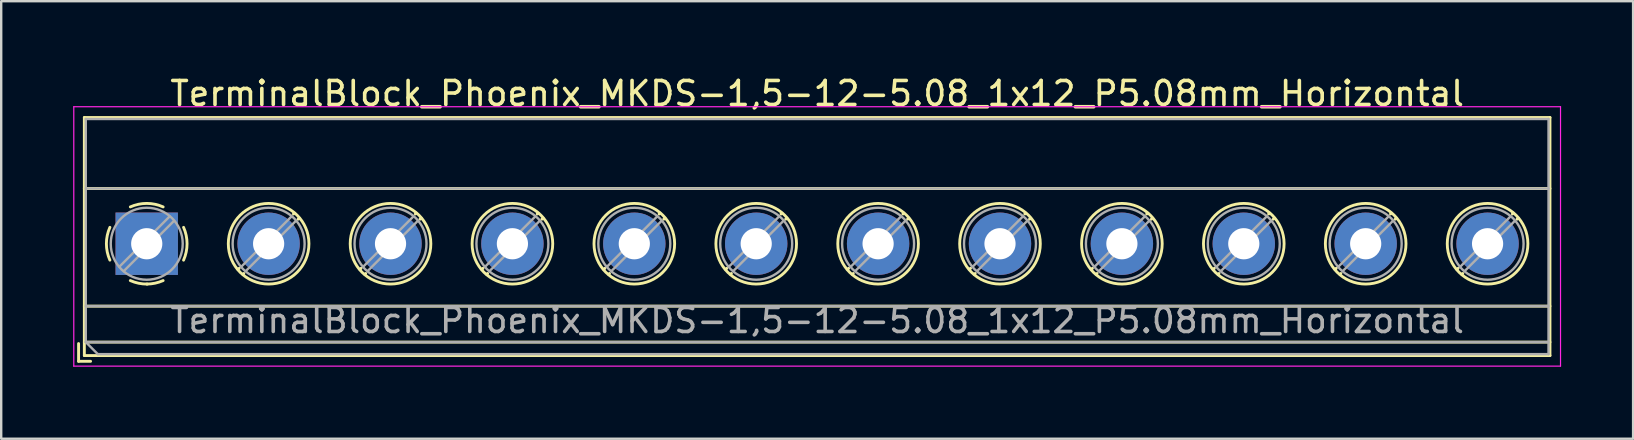
<source format=kicad_pcb>
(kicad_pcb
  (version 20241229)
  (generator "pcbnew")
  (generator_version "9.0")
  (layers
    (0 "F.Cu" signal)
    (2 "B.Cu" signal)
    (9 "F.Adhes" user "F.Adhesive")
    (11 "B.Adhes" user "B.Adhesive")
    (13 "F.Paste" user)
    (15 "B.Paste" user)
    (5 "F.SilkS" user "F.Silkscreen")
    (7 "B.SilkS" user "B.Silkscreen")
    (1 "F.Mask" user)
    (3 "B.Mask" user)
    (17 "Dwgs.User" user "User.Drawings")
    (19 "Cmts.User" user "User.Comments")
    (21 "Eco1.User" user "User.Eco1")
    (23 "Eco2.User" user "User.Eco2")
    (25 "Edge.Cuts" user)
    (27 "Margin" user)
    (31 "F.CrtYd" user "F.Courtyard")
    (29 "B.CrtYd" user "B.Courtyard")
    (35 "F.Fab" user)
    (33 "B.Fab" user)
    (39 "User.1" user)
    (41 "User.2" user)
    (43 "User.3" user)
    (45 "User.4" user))
  (footprint "TerminalBlock_Phoenix_MKDS-1,5-12-5.08_1x12_P5.08mm_Horizontal"
    (layer "F.Cu")
    (at 3.065 7.108)
    (property "Reference" "TerminalBlock_Phoenix_MKDS-1,5-12-5.08_1x12_P5.08mm_Horizontal" (at 27.94 -6.26 0) (layer "F.SilkS") (effects (font (size 1 1) (thickness 0.15))))
    (attr through_hole)
    (fp_line (start -2.84 4.16) (end -2.84 4.9) (stroke (width 0.12) (type solid)) (layer "F.SilkS"))
    (fp_line (start -2.84 4.9) (end -2.34 4.9) (stroke (width 0.12) (type solid)) (layer "F.SilkS"))
    (fp_line (start -2.6 -5.261) (end -2.6 4.66) (stroke (width 0.12) (type solid)) (layer "F.SilkS"))
    (fp_line (start -2.6 -5.261) (end 58.48 -5.261) (stroke (width 0.12) (type solid)) (layer "F.SilkS"))
    (fp_line (start -2.6 -2.301) (end 58.48 -2.301) (stroke (width 0.12) (type solid)) (layer "F.SilkS"))
    (fp_line (start -2.6 2.6) (end 58.48 2.6) (stroke (width 0.12) (type solid)) (layer "F.SilkS"))
    (fp_line (start -2.6 4.1) (end 58.48 4.1) (stroke (width 0.12) (type solid)) (layer "F.SilkS"))
    (fp_line (start -2.6 4.66) (end 58.48 4.66) (stroke (width 0.12) (type solid)) (layer "F.SilkS"))
    (fp_line (start 3.853 1.023) (end 3.806 1.069) (stroke (width 0.12) (type solid)) (layer "F.SilkS"))
    (fp_line (start 4.046 1.239) (end 4.011 1.274) (stroke (width 0.12) (type solid)) (layer "F.SilkS"))
    (fp_line (start 6.15 -1.275) (end 6.115 -1.239) (stroke (width 0.12) (type solid)) (layer "F.SilkS"))
    (fp_line (start 6.355 -1.069) (end 6.308 -1.023) (stroke (width 0.12) (type solid)) (layer "F.SilkS"))
    (fp_line (start 8.933 1.023) (end 8.886 1.069) (stroke (width 0.12) (type solid)) (layer "F.SilkS"))
    (fp_line (start 9.126 1.239) (end 9.091 1.274) (stroke (width 0.12) (type solid)) (layer "F.SilkS"))
    (fp_line (start 11.23 -1.275) (end 11.195 -1.239) (stroke (width 0.12) (type solid)) (layer "F.SilkS"))
    (fp_line (start 11.435 -1.069) (end 11.388 -1.023) (stroke (width 0.12) (type solid)) (layer "F.SilkS"))
    (fp_line (start 14.013 1.023) (end 13.966 1.069) (stroke (width 0.12) (type solid)) (layer "F.SilkS"))
    (fp_line (start 14.206 1.239) (end 14.171 1.274) (stroke (width 0.12) (type solid)) (layer "F.SilkS"))
    (fp_line (start 16.31 -1.275) (end 16.275 -1.239) (stroke (width 0.12) (type solid)) (layer "F.SilkS"))
    (fp_line (start 16.515 -1.069) (end 16.468 -1.023) (stroke (width 0.12) (type solid)) (layer "F.SilkS"))
    (fp_line (start 19.093 1.023) (end 19.046 1.069) (stroke (width 0.12) (type solid)) (layer "F.SilkS"))
    (fp_line (start 19.286 1.239) (end 19.251 1.274) (stroke (width 0.12) (type solid)) (layer "F.SilkS"))
    (fp_line (start 21.39 -1.275) (end 21.355 -1.239) (stroke (width 0.12) (type solid)) (layer "F.SilkS"))
    (fp_line (start 21.595 -1.069) (end 21.548 -1.023) (stroke (width 0.12) (type solid)) (layer "F.SilkS"))
    (fp_line (start 24.173 1.023) (end 24.126 1.069) (stroke (width 0.12) (type solid)) (layer "F.SilkS"))
    (fp_line (start 24.366 1.239) (end 24.331 1.274) (stroke (width 0.12) (type solid)) (layer "F.SilkS"))
    (fp_line (start 26.47 -1.275) (end 26.435 -1.239) (stroke (width 0.12) (type solid)) (layer "F.SilkS"))
    (fp_line (start 26.675 -1.069) (end 26.628 -1.023) (stroke (width 0.12) (type solid)) (layer "F.SilkS"))
    (fp_line (start 29.253 1.023) (end 29.206 1.069) (stroke (width 0.12) (type solid)) (layer "F.SilkS"))
    (fp_line (start 29.446 1.239) (end 29.411 1.274) (stroke (width 0.12) (type solid)) (layer "F.SilkS"))
    (fp_line (start 31.55 -1.275) (end 31.515 -1.239) (stroke (width 0.12) (type solid)) (layer "F.SilkS"))
    (fp_line (start 31.755 -1.069) (end 31.708 -1.023) (stroke (width 0.12) (type solid)) (layer "F.SilkS"))
    (fp_line (start 34.333 1.023) (end 34.286 1.069) (stroke (width 0.12) (type solid)) (layer "F.SilkS"))
    (fp_line (start 34.526 1.239) (end 34.491 1.274) (stroke (width 0.12) (type solid)) (layer "F.SilkS"))
    (fp_line (start 36.63 -1.275) (end 36.595 -1.239) (stroke (width 0.12) (type solid)) (layer "F.SilkS"))
    (fp_line (start 36.835 -1.069) (end 36.788 -1.023) (stroke (width 0.12) (type solid)) (layer "F.SilkS"))
    (fp_line (start 39.413 1.023) (end 39.366 1.069) (stroke (width 0.12) (type solid)) (layer "F.SilkS"))
    (fp_line (start 39.606 1.239) (end 39.571 1.274) (stroke (width 0.12) (type solid)) (layer "F.SilkS"))
    (fp_line (start 41.71 -1.275) (end 41.675 -1.239) (stroke (width 0.12) (type solid)) (layer "F.SilkS"))
    (fp_line (start 41.915 -1.069) (end 41.868 -1.023) (stroke (width 0.12) (type solid)) (layer "F.SilkS"))
    (fp_line (start 44.493 1.023) (end 44.446 1.069) (stroke (width 0.12) (type solid)) (layer "F.SilkS"))
    (fp_line (start 44.686 1.239) (end 44.651 1.274) (stroke (width 0.12) (type solid)) (layer "F.SilkS"))
    (fp_line (start 46.79 -1.275) (end 46.755 -1.239) (stroke (width 0.12) (type solid)) (layer "F.SilkS"))
    (fp_line (start 46.995 -1.069) (end 46.948 -1.023) (stroke (width 0.12) (type solid)) (layer "F.SilkS"))
    (fp_line (start 49.573 1.023) (end 49.526 1.069) (stroke (width 0.12) (type solid)) (layer "F.SilkS"))
    (fp_line (start 49.766 1.239) (end 49.731 1.274) (stroke (width 0.12) (type solid)) (layer "F.SilkS"))
    (fp_line (start 51.87 -1.275) (end 51.835 -1.239) (stroke (width 0.12) (type solid)) (layer "F.SilkS"))
    (fp_line (start 52.075 -1.069) (end 52.028 -1.023) (stroke (width 0.12) (type solid)) (layer "F.SilkS"))
    (fp_line (start 54.653 1.023) (end 54.606 1.069) (stroke (width 0.12) (type solid)) (layer "F.SilkS"))
    (fp_line (start 54.846 1.239) (end 54.811 1.274) (stroke (width 0.12) (type solid)) (layer "F.SilkS"))
    (fp_line (start 56.95 -1.275) (end 56.915 -1.239) (stroke (width 0.12) (type solid)) (layer "F.SilkS"))
    (fp_line (start 57.155 -1.069) (end 57.108 -1.023) (stroke (width 0.12) (type solid)) (layer "F.SilkS"))
    (fp_line (start 58.48 -5.261) (end 58.48 4.66) (stroke (width 0.12) (type solid)) (layer "F.SilkS"))
    (fp_arc (start -1.535427 0.683042) (mid -1.680501 -0.000524) (end -1.535 -0.684) (stroke (width 0.12) (type solid)) (layer "F.SilkS"))
    (fp_arc (start -0.683042 -1.535427) (mid 0.000524 -1.680501) (end 0.684 -1.535) (stroke (width 0.12) (type solid)) (layer "F.SilkS"))
    (fp_arc (start 0.028805 1.680253) (mid -0.335551 1.646659) (end -0.684 1.535) (stroke (width 0.12) (type solid)) (layer "F.SilkS"))
    (fp_arc (start 0.683318 1.534756) (mid 0.349292 1.643288) (end 0 1.68) (stroke (width 0.12) (type solid)) (layer "F.SilkS"))
    (fp_arc (start 1.535427 -0.683042) (mid 1.680501 0.000524) (end 1.535 0.684) (stroke (width 0.12) (type solid)) (layer "F.SilkS"))
    (fp_circle (center 5.08 0) (end 6.76 0) (stroke (width 0.12) (type solid)) (fill no) (layer "F.SilkS"))
    (fp_circle (center 10.16 0) (end 11.84 0) (stroke (width 0.12) (type solid)) (fill no) (layer "F.SilkS"))
    (fp_circle (center 15.24 0) (end 16.92 0) (stroke (width 0.12) (type solid)) (fill no) (layer "F.SilkS"))
    (fp_circle (center 20.32 0) (end 22 0) (stroke (width 0.12) (type solid)) (fill no) (layer "F.SilkS"))
    (fp_circle (center 25.4 0) (end 27.08 0) (stroke (width 0.12) (type solid)) (fill no) (layer "F.SilkS"))
    (fp_circle (center 30.48 0) (end 32.16 0) (stroke (width 0.12) (type solid)) (fill no) (layer "F.SilkS"))
    (fp_circle (center 35.56 0) (end 37.24 0) (stroke (width 0.12) (type solid)) (fill no) (layer "F.SilkS"))
    (fp_circle (center 40.64 0) (end 42.32 0) (stroke (width 0.12) (type solid)) (fill no) (layer "F.SilkS"))
    (fp_circle (center 45.72 0) (end 47.4 0) (stroke (width 0.12) (type solid)) (fill no) (layer "F.SilkS"))
    (fp_circle (center 50.8 0) (end 52.48 0) (stroke (width 0.12) (type solid)) (fill no) (layer "F.SilkS"))
    (fp_circle (center 55.88 0) (end 57.56 0) (stroke (width 0.12) (type solid)) (fill no) (layer "F.SilkS"))
    (fp_line (start -3.04 -5.71) (end -3.04 5.1) (stroke (width 0.05) (type solid)) (layer "F.CrtYd"))
    (fp_line (start -3.04 5.1) (end 58.92 5.1) (stroke (width 0.05) (type solid)) (layer "F.CrtYd"))
    (fp_line (start 58.92 -5.71) (end -3.04 -5.71) (stroke (width 0.05) (type solid)) (layer "F.CrtYd"))
    (fp_line (start 58.92 5.1) (end 58.92 -5.71) (stroke (width 0.05) (type solid)) (layer "F.CrtYd"))
    (fp_line (start -2.54 -5.2) (end 58.42 -5.2) (stroke (width 0.1) (type solid)) (layer "F.Fab"))
    (fp_line (start -2.54 -2.3) (end 58.42 -2.3) (stroke (width 0.1) (type solid)) (layer "F.Fab"))
    (fp_line (start -2.54 2.6) (end 58.42 2.6) (stroke (width 0.1) (type solid)) (layer "F.Fab"))
    (fp_line (start -2.54 4.1) (end -2.54 -5.2) (stroke (width 0.1) (type solid)) (layer "F.Fab"))
    (fp_line (start -2.54 4.1) (end 58.42 4.1) (stroke (width 0.1) (type solid)) (layer "F.Fab"))
    (fp_line (start -2.04 4.6) (end -2.54 4.1) (stroke (width 0.1) (type solid)) (layer "F.Fab"))
    (fp_line (start 0.955 -1.138) (end -1.138 0.955) (stroke (width 0.1) (type solid)) (layer "F.Fab"))
    (fp_line (start 1.138 -0.955) (end -0.955 1.138) (stroke (width 0.1) (type solid)) (layer "F.Fab"))
    (fp_line (start 6.035 -1.138) (end 3.943 0.955) (stroke (width 0.1) (type solid)) (layer "F.Fab"))
    (fp_line (start 6.218 -0.955) (end 4.126 1.138) (stroke (width 0.1) (type solid)) (layer "F.Fab"))
    (fp_line (start 11.115 -1.138) (end 9.023 0.955) (stroke (width 0.1) (type solid)) (layer "F.Fab"))
    (fp_line (start 11.298 -0.955) (end 9.206 1.138) (stroke (width 0.1) (type solid)) (layer "F.Fab"))
    (fp_line (start 16.195 -1.138) (end 14.103 0.955) (stroke (width 0.1) (type solid)) (layer "F.Fab"))
    (fp_line (start 16.378 -0.955) (end 14.286 1.138) (stroke (width 0.1) (type solid)) (layer "F.Fab"))
    (fp_line (start 21.275 -1.138) (end 19.183 0.955) (stroke (width 0.1) (type solid)) (layer "F.Fab"))
    (fp_line (start 21.458 -0.955) (end 19.366 1.138) (stroke (width 0.1) (type solid)) (layer "F.Fab"))
    (fp_line (start 26.355 -1.138) (end 24.263 0.955) (stroke (width 0.1) (type solid)) (layer "F.Fab"))
    (fp_line (start 26.538 -0.955) (end 24.446 1.138) (stroke (width 0.1) (type solid)) (layer "F.Fab"))
    (fp_line (start 31.435 -1.138) (end 29.343 0.955) (stroke (width 0.1) (type solid)) (layer "F.Fab"))
    (fp_line (start 31.618 -0.955) (end 29.526 1.138) (stroke (width 0.1) (type solid)) (layer "F.Fab"))
    (fp_line (start 36.515 -1.138) (end 34.423 0.955) (stroke (width 0.1) (type solid)) (layer "F.Fab"))
    (fp_line (start 36.698 -0.955) (end 34.606 1.138) (stroke (width 0.1) (type solid)) (layer "F.Fab"))
    (fp_line (start 41.595 -1.138) (end 39.503 0.955) (stroke (width 0.1) (type solid)) (layer "F.Fab"))
    (fp_line (start 41.778 -0.955) (end 39.686 1.138) (stroke (width 0.1) (type solid)) (layer "F.Fab"))
    (fp_line (start 46.675 -1.138) (end 44.583 0.955) (stroke (width 0.1) (type solid)) (layer "F.Fab"))
    (fp_line (start 46.858 -0.955) (end 44.766 1.138) (stroke (width 0.1) (type solid)) (layer "F.Fab"))
    (fp_line (start 51.755 -1.138) (end 49.663 0.955) (stroke (width 0.1) (type solid)) (layer "F.Fab"))
    (fp_line (start 51.938 -0.955) (end 49.846 1.138) (stroke (width 0.1) (type solid)) (layer "F.Fab"))
    (fp_line (start 56.835 -1.138) (end 54.743 0.955) (stroke (width 0.1) (type solid)) (layer "F.Fab"))
    (fp_line (start 57.018 -0.955) (end 54.926 1.138) (stroke (width 0.1) (type solid)) (layer "F.Fab"))
    (fp_line (start 58.42 -5.2) (end 58.42 4.6) (stroke (width 0.1) (type solid)) (layer "F.Fab"))
    (fp_line (start 58.42 4.6) (end -2.04 4.6) (stroke (width 0.1) (type solid)) (layer "F.Fab"))
    (fp_circle (center 0 0) (end 1.5 0) (stroke (width 0.1) (type solid)) (fill no) (layer "F.Fab"))
    (fp_circle (center 5.08 0) (end 6.58 0) (stroke (width 0.1) (type solid)) (fill no) (layer "F.Fab"))
    (fp_circle (center 10.16 0) (end 11.66 0) (stroke (width 0.1) (type solid)) (fill no) (layer "F.Fab"))
    (fp_circle (center 15.24 0) (end 16.74 0) (stroke (width 0.1) (type solid)) (fill no) (layer "F.Fab"))
    (fp_circle (center 20.32 0) (end 21.82 0) (stroke (width 0.1) (type solid)) (fill no) (layer "F.Fab"))
    (fp_circle (center 25.4 0) (end 26.9 0) (stroke (width 0.1) (type solid)) (fill no) (layer "F.Fab"))
    (fp_circle (center 30.48 0) (end 31.98 0) (stroke (width 0.1) (type solid)) (fill no) (layer "F.Fab"))
    (fp_circle (center 35.56 0) (end 37.06 0) (stroke (width 0.1) (type solid)) (fill no) (layer "F.Fab"))
    (fp_circle (center 40.64 0) (end 42.14 0) (stroke (width 0.1) (type solid)) (fill no) (layer "F.Fab"))
    (fp_circle (center 45.72 0) (end 47.22 0) (stroke (width 0.1) (type solid)) (fill no) (layer "F.Fab"))
    (fp_circle (center 50.8 0) (end 52.3 0) (stroke (width 0.1) (type solid)) (fill no) (layer "F.Fab"))
    (fp_circle (center 55.88 0) (end 57.38 0) (stroke (width 0.1) (type solid)) (fill no) (layer "F.Fab"))
    (fp_text user "${REFERENCE}" (at 27.94 3.2 0) (layer "F.Fab") (effects (font (size 1 1) (thickness 0.15))))
    (pad "1" thru_hole rect (at 0 0) (size 2.6 2.6) (drill 1.3) (layers "*.Cu" "*.Mask"))
    (pad "2" thru_hole circle (at 5.08 0) (size 2.6 2.6) (drill 1.3) (layers "*.Cu" "*.Mask"))
    (pad "3" thru_hole circle (at 10.16 0) (size 2.6 2.6) (drill 1.3) (layers "*.Cu" "*.Mask"))
    (pad "4" thru_hole circle (at 15.24 0) (size 2.6 2.6) (drill 1.3) (layers "*.Cu" "*.Mask"))
    (pad "5" thru_hole circle (at 20.32 0) (size 2.6 2.6) (drill 1.3) (layers "*.Cu" "*.Mask"))
    (pad "6" thru_hole circle (at 25.4 0) (size 2.6 2.6) (drill 1.3) (layers "*.Cu" "*.Mask"))
    (pad "7" thru_hole circle (at 30.48 0) (size 2.6 2.6) (drill 1.3) (layers "*.Cu" "*.Mask"))
    (pad "8" thru_hole circle (at 35.56 0) (size 2.6 2.6) (drill 1.3) (layers "*.Cu" "*.Mask"))
    (pad "9" thru_hole circle (at 40.64 0) (size 2.6 2.6) (drill 1.3) (layers "*.Cu" "*.Mask"))
    (pad "10" thru_hole circle (at 45.72 0) (size 2.6 2.6) (drill 1.3) (layers "*.Cu" "*.Mask"))
    (pad "11" thru_hole circle (at 50.8 0) (size 2.6 2.6) (drill 1.3) (layers "*.Cu" "*.Mask"))
    (pad "12" thru_hole circle (at 55.88 0) (size 2.6 2.6) (drill 1.3) (layers "*.Cu" "*.Mask")))
  (gr_rect
    (start -3 -3)
    (end 65.01 15.233)
    (stroke (width 0.1) (type default))
    (fill no)
    (layer "Edge.Cuts")))
</source>
